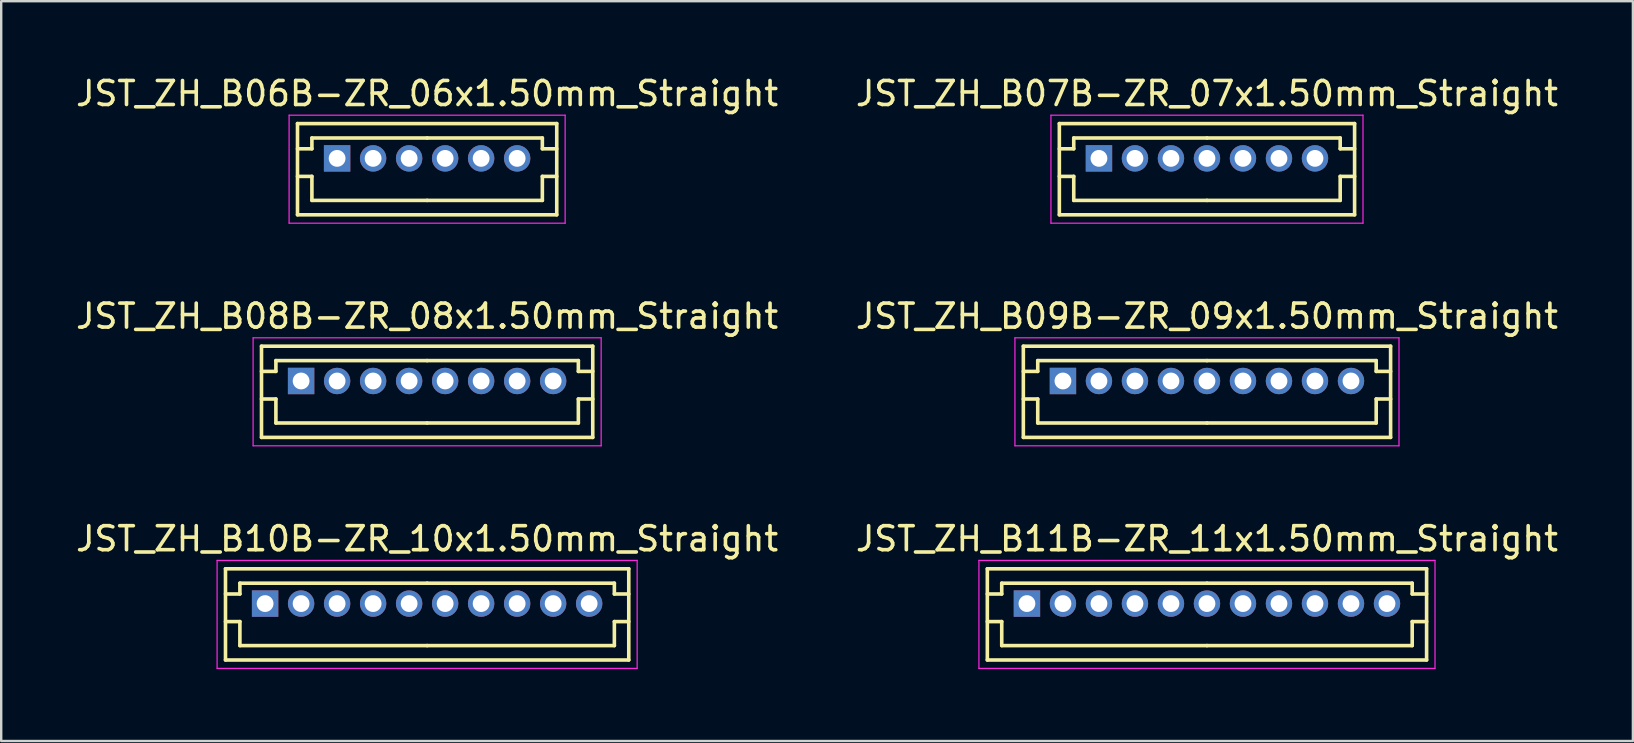
<source format=kicad_pcb>
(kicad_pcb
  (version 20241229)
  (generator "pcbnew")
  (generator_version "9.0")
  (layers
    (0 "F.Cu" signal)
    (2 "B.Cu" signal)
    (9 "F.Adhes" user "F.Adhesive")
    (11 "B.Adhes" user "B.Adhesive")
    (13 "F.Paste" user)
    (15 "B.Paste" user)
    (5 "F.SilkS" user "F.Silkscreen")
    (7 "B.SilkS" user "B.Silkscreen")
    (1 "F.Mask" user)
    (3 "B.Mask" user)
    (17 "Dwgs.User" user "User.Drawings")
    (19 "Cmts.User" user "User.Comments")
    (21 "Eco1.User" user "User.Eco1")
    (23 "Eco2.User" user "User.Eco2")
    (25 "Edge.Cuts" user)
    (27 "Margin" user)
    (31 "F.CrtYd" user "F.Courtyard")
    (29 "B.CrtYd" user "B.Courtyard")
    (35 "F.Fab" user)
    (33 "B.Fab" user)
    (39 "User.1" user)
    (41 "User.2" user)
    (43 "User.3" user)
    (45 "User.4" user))
  (footprint "JST_ZH_B08B-ZR_08x1.50mm_Straight"
    (layer "F.Cu")
    (at 9.494 12.822)
    (property "Reference" "JST_ZH_B08B-ZR_08x1.50mm_Straight" (at 5.25 -2.7 0) (layer "F.SilkS") (effects (font (size 1 1) (thickness 0.15))))
    (attr through_hole)
    (fp_line (start -1.65 -1.45) (end -1.65 2.35) (stroke (width 0.15) (type solid)) (layer "F.SilkS"))
    (fp_line (start -1.65 -0.4) (end -1.05 -0.4) (stroke (width 0.15) (type solid)) (layer "F.SilkS"))
    (fp_line (start -1.65 0.75) (end -1.05 0.75) (stroke (width 0.15) (type solid)) (layer "F.SilkS"))
    (fp_line (start -1.65 2.35) (end 12.15 2.35) (stroke (width 0.15) (type solid)) (layer "F.SilkS"))
    (fp_line (start -1.05 -0.85) (end 5.25 -0.85) (stroke (width 0.15) (type solid)) (layer "F.SilkS"))
    (fp_line (start -1.05 -0.4) (end -1.05 -0.85) (stroke (width 0.15) (type solid)) (layer "F.SilkS"))
    (fp_line (start -1.05 0.75) (end -1.05 1.75) (stroke (width 0.15) (type solid)) (layer "F.SilkS"))
    (fp_line (start -1.05 1.75) (end 5.25 1.75) (stroke (width 0.15) (type solid)) (layer "F.SilkS"))
    (fp_line (start 11.55 -0.85) (end 5.25 -0.85) (stroke (width 0.15) (type solid)) (layer "F.SilkS"))
    (fp_line (start 11.55 -0.4) (end 11.55 -0.85) (stroke (width 0.15) (type solid)) (layer "F.SilkS"))
    (fp_line (start 11.55 0.75) (end 11.55 1.75) (stroke (width 0.15) (type solid)) (layer "F.SilkS"))
    (fp_line (start 11.55 1.75) (end 5.25 1.75) (stroke (width 0.15) (type solid)) (layer "F.SilkS"))
    (fp_line (start 12.15 -1.45) (end -1.65 -1.45) (stroke (width 0.15) (type solid)) (layer "F.SilkS"))
    (fp_line (start 12.15 -0.4) (end 11.55 -0.4) (stroke (width 0.15) (type solid)) (layer "F.SilkS"))
    (fp_line (start 12.15 0.75) (end 11.55 0.75) (stroke (width 0.15) (type solid)) (layer "F.SilkS"))
    (fp_line (start 12.15 2.35) (end 12.15 -1.45) (stroke (width 0.15) (type solid)) (layer "F.SilkS"))
    (fp_line (start -2 -1.8) (end -2 2.7) (stroke (width 0.05) (type solid)) (layer "F.CrtYd"))
    (fp_line (start -2 2.7) (end 12.5 2.7) (stroke (width 0.05) (type solid)) (layer "F.CrtYd"))
    (fp_line (start 12.5 -1.8) (end -2 -1.8) (stroke (width 0.05) (type solid)) (layer "F.CrtYd"))
    (fp_line (start 12.5 2.7) (end 12.5 -1.8) (stroke (width 0.05) (type solid)) (layer "F.CrtYd"))
    (pad "1" thru_hole rect (at 0 0) (size 1.1 1.1) (drill 0.7) (layers "*.Cu" "*.Mask"))
    (pad "2" thru_hole circle (at 1.5 0) (size 1.1 1.1) (drill 0.7) (layers "*.Cu" "*.Mask"))
    (pad "3" thru_hole circle (at 3 0) (size 1.1 1.1) (drill 0.7) (layers "*.Cu" "*.Mask"))
    (pad "4" thru_hole circle (at 4.5 0) (size 1.1 1.1) (drill 0.7) (layers "*.Cu" "*.Mask"))
    (pad "5" thru_hole circle (at 6 0) (size 1.1 1.1) (drill 0.7) (layers "*.Cu" "*.Mask"))
    (pad "6" thru_hole circle (at 7.5 0) (size 1.1 1.1) (drill 0.7) (layers "*.Cu" "*.Mask"))
    (pad "7" thru_hole circle (at 9 0) (size 1.1 1.1) (drill 0.7) (layers "*.Cu" "*.Mask"))
    (pad "8" thru_hole circle (at 10.5 0) (size 1.1 1.1) (drill 0.7) (layers "*.Cu" "*.Mask")))
  (footprint "JST_ZH_B07B-ZR_07x1.50mm_Straight"
    (layer "F.Cu")
    (at 42.732 3.548)
    (property "Reference" "JST_ZH_B07B-ZR_07x1.50mm_Straight" (at 4.5 -2.7 0) (layer "F.SilkS") (effects (font (size 1 1) (thickness 0.15))))
    (attr through_hole)
    (fp_line (start -1.65 -1.45) (end -1.65 2.35) (stroke (width 0.15) (type solid)) (layer "F.SilkS"))
    (fp_line (start -1.65 -0.4) (end -1.05 -0.4) (stroke (width 0.15) (type solid)) (layer "F.SilkS"))
    (fp_line (start -1.65 0.75) (end -1.05 0.75) (stroke (width 0.15) (type solid)) (layer "F.SilkS"))
    (fp_line (start -1.65 2.35) (end 10.65 2.35) (stroke (width 0.15) (type solid)) (layer "F.SilkS"))
    (fp_line (start -1.05 -0.85) (end 4.5 -0.85) (stroke (width 0.15) (type solid)) (layer "F.SilkS"))
    (fp_line (start -1.05 -0.4) (end -1.05 -0.85) (stroke (width 0.15) (type solid)) (layer "F.SilkS"))
    (fp_line (start -1.05 0.75) (end -1.05 1.75) (stroke (width 0.15) (type solid)) (layer "F.SilkS"))
    (fp_line (start -1.05 1.75) (end 4.5 1.75) (stroke (width 0.15) (type solid)) (layer "F.SilkS"))
    (fp_line (start 10.05 -0.85) (end 4.5 -0.85) (stroke (width 0.15) (type solid)) (layer "F.SilkS"))
    (fp_line (start 10.05 -0.4) (end 10.05 -0.85) (stroke (width 0.15) (type solid)) (layer "F.SilkS"))
    (fp_line (start 10.05 0.75) (end 10.05 1.75) (stroke (width 0.15) (type solid)) (layer "F.SilkS"))
    (fp_line (start 10.05 1.75) (end 4.5 1.75) (stroke (width 0.15) (type solid)) (layer "F.SilkS"))
    (fp_line (start 10.65 -1.45) (end -1.65 -1.45) (stroke (width 0.15) (type solid)) (layer "F.SilkS"))
    (fp_line (start 10.65 -0.4) (end 10.05 -0.4) (stroke (width 0.15) (type solid)) (layer "F.SilkS"))
    (fp_line (start 10.65 0.75) (end 10.05 0.75) (stroke (width 0.15) (type solid)) (layer "F.SilkS"))
    (fp_line (start 10.65 2.35) (end 10.65 -1.45) (stroke (width 0.15) (type solid)) (layer "F.SilkS"))
    (fp_line (start -2 -1.8) (end -2 2.7) (stroke (width 0.05) (type solid)) (layer "F.CrtYd"))
    (fp_line (start -2 2.7) (end 11 2.7) (stroke (width 0.05) (type solid)) (layer "F.CrtYd"))
    (fp_line (start 11 -1.8) (end -2 -1.8) (stroke (width 0.05) (type solid)) (layer "F.CrtYd"))
    (fp_line (start 11 2.7) (end 11 -1.8) (stroke (width 0.05) (type solid)) (layer "F.CrtYd"))
    (pad "1" thru_hole rect (at 0 0) (size 1.1 1.1) (drill 0.7) (layers "*.Cu" "*.Mask"))
    (pad "2" thru_hole circle (at 1.5 0) (size 1.1 1.1) (drill 0.7) (layers "*.Cu" "*.Mask"))
    (pad "3" thru_hole circle (at 3 0) (size 1.1 1.1) (drill 0.7) (layers "*.Cu" "*.Mask"))
    (pad "4" thru_hole circle (at 4.5 0) (size 1.1 1.1) (drill 0.7) (layers "*.Cu" "*.Mask"))
    (pad "5" thru_hole circle (at 6 0) (size 1.1 1.1) (drill 0.7) (layers "*.Cu" "*.Mask"))
    (pad "6" thru_hole circle (at 7.5 0) (size 1.1 1.1) (drill 0.7) (layers "*.Cu" "*.Mask"))
    (pad "7" thru_hole circle (at 9 0) (size 1.1 1.1) (drill 0.7) (layers "*.Cu" "*.Mask")))
  (footprint "JST_ZH_B06B-ZR_06x1.50mm_Straight"
    (layer "F.Cu")
    (at 10.994 3.548)
    (property "Reference" "JST_ZH_B06B-ZR_06x1.50mm_Straight" (at 3.75 -2.7 0) (layer "F.SilkS") (effects (font (size 1 1) (thickness 0.15))))
    (attr through_hole)
    (fp_line (start -1.65 -1.45) (end -1.65 2.35) (stroke (width 0.15) (type solid)) (layer "F.SilkS"))
    (fp_line (start -1.65 -0.4) (end -1.05 -0.4) (stroke (width 0.15) (type solid)) (layer "F.SilkS"))
    (fp_line (start -1.65 0.75) (end -1.05 0.75) (stroke (width 0.15) (type solid)) (layer "F.SilkS"))
    (fp_line (start -1.65 2.35) (end 9.15 2.35) (stroke (width 0.15) (type solid)) (layer "F.SilkS"))
    (fp_line (start -1.05 -0.85) (end 3.75 -0.85) (stroke (width 0.15) (type solid)) (layer "F.SilkS"))
    (fp_line (start -1.05 -0.4) (end -1.05 -0.85) (stroke (width 0.15) (type solid)) (layer "F.SilkS"))
    (fp_line (start -1.05 0.75) (end -1.05 1.75) (stroke (width 0.15) (type solid)) (layer "F.SilkS"))
    (fp_line (start -1.05 1.75) (end 3.75 1.75) (stroke (width 0.15) (type solid)) (layer "F.SilkS"))
    (fp_line (start 8.55 -0.85) (end 3.75 -0.85) (stroke (width 0.15) (type solid)) (layer "F.SilkS"))
    (fp_line (start 8.55 -0.4) (end 8.55 -0.85) (stroke (width 0.15) (type solid)) (layer "F.SilkS"))
    (fp_line (start 8.55 0.75) (end 8.55 1.75) (stroke (width 0.15) (type solid)) (layer "F.SilkS"))
    (fp_line (start 8.55 1.75) (end 3.75 1.75) (stroke (width 0.15) (type solid)) (layer "F.SilkS"))
    (fp_line (start 9.15 -1.45) (end -1.65 -1.45) (stroke (width 0.15) (type solid)) (layer "F.SilkS"))
    (fp_line (start 9.15 -0.4) (end 8.55 -0.4) (stroke (width 0.15) (type solid)) (layer "F.SilkS"))
    (fp_line (start 9.15 0.75) (end 8.55 0.75) (stroke (width 0.15) (type solid)) (layer "F.SilkS"))
    (fp_line (start 9.15 2.35) (end 9.15 -1.45) (stroke (width 0.15) (type solid)) (layer "F.SilkS"))
    (fp_line (start -2 -1.8) (end -2 2.7) (stroke (width 0.05) (type solid)) (layer "F.CrtYd"))
    (fp_line (start -2 2.7) (end 9.5 2.7) (stroke (width 0.05) (type solid)) (layer "F.CrtYd"))
    (fp_line (start 9.5 -1.8) (end -2 -1.8) (stroke (width 0.05) (type solid)) (layer "F.CrtYd"))
    (fp_line (start 9.5 2.7) (end 9.5 -1.8) (stroke (width 0.05) (type solid)) (layer "F.CrtYd"))
    (pad "1" thru_hole rect (at 0 0) (size 1.1 1.1) (drill 0.7) (layers "*.Cu" "*.Mask"))
    (pad "2" thru_hole circle (at 1.5 0) (size 1.1 1.1) (drill 0.7) (layers "*.Cu" "*.Mask"))
    (pad "3" thru_hole circle (at 3 0) (size 1.1 1.1) (drill 0.7) (layers "*.Cu" "*.Mask"))
    (pad "4" thru_hole circle (at 4.5 0) (size 1.1 1.1) (drill 0.7) (layers "*.Cu" "*.Mask"))
    (pad "5" thru_hole circle (at 6 0) (size 1.1 1.1) (drill 0.7) (layers "*.Cu" "*.Mask"))
    (pad "6" thru_hole circle (at 7.5 0) (size 1.1 1.1) (drill 0.7) (layers "*.Cu" "*.Mask")))
  (footprint "JST_ZH_B09B-ZR_09x1.50mm_Straight"
    (layer "F.Cu")
    (at 41.232 12.822)
    (property "Reference" "JST_ZH_B09B-ZR_09x1.50mm_Straight" (at 6 -2.7 0) (layer "F.SilkS") (effects (font (size 1 1) (thickness 0.15))))
    (attr through_hole)
    (fp_line (start -1.65 -1.45) (end -1.65 2.35) (stroke (width 0.15) (type solid)) (layer "F.SilkS"))
    (fp_line (start -1.65 -0.4) (end -1.05 -0.4) (stroke (width 0.15) (type solid)) (layer "F.SilkS"))
    (fp_line (start -1.65 0.75) (end -1.05 0.75) (stroke (width 0.15) (type solid)) (layer "F.SilkS"))
    (fp_line (start -1.65 2.35) (end 13.65 2.35) (stroke (width 0.15) (type solid)) (layer "F.SilkS"))
    (fp_line (start -1.05 -0.85) (end 6 -0.85) (stroke (width 0.15) (type solid)) (layer "F.SilkS"))
    (fp_line (start -1.05 -0.4) (end -1.05 -0.85) (stroke (width 0.15) (type solid)) (layer "F.SilkS"))
    (fp_line (start -1.05 0.75) (end -1.05 1.75) (stroke (width 0.15) (type solid)) (layer "F.SilkS"))
    (fp_line (start -1.05 1.75) (end 6 1.75) (stroke (width 0.15) (type solid)) (layer "F.SilkS"))
    (fp_line (start 13.05 -0.85) (end 6 -0.85) (stroke (width 0.15) (type solid)) (layer "F.SilkS"))
    (fp_line (start 13.05 -0.4) (end 13.05 -0.85) (stroke (width 0.15) (type solid)) (layer "F.SilkS"))
    (fp_line (start 13.05 0.75) (end 13.05 1.75) (stroke (width 0.15) (type solid)) (layer "F.SilkS"))
    (fp_line (start 13.05 1.75) (end 6 1.75) (stroke (width 0.15) (type solid)) (layer "F.SilkS"))
    (fp_line (start 13.65 -1.45) (end -1.65 -1.45) (stroke (width 0.15) (type solid)) (layer "F.SilkS"))
    (fp_line (start 13.65 -0.4) (end 13.05 -0.4) (stroke (width 0.15) (type solid)) (layer "F.SilkS"))
    (fp_line (start 13.65 0.75) (end 13.05 0.75) (stroke (width 0.15) (type solid)) (layer "F.SilkS"))
    (fp_line (start 13.65 2.35) (end 13.65 -1.45) (stroke (width 0.15) (type solid)) (layer "F.SilkS"))
    (fp_line (start -2 -1.8) (end -2 2.7) (stroke (width 0.05) (type solid)) (layer "F.CrtYd"))
    (fp_line (start -2 2.7) (end 14 2.7) (stroke (width 0.05) (type solid)) (layer "F.CrtYd"))
    (fp_line (start 14 -1.8) (end -2 -1.8) (stroke (width 0.05) (type solid)) (layer "F.CrtYd"))
    (fp_line (start 14 2.7) (end 14 -1.8) (stroke (width 0.05) (type solid)) (layer "F.CrtYd"))
    (pad "1" thru_hole rect (at 0 0) (size 1.1 1.1) (drill 0.7) (layers "*.Cu" "*.Mask"))
    (pad "2" thru_hole circle (at 1.5 0) (size 1.1 1.1) (drill 0.7) (layers "*.Cu" "*.Mask"))
    (pad "3" thru_hole circle (at 3 0) (size 1.1 1.1) (drill 0.7) (layers "*.Cu" "*.Mask"))
    (pad "4" thru_hole circle (at 4.5 0) (size 1.1 1.1) (drill 0.7) (layers "*.Cu" "*.Mask"))
    (pad "5" thru_hole circle (at 6 0) (size 1.1 1.1) (drill 0.7) (layers "*.Cu" "*.Mask"))
    (pad "6" thru_hole circle (at 7.5 0) (size 1.1 1.1) (drill 0.7) (layers "*.Cu" "*.Mask"))
    (pad "7" thru_hole circle (at 9 0) (size 1.1 1.1) (drill 0.7) (layers "*.Cu" "*.Mask"))
    (pad "8" thru_hole circle (at 10.5 0) (size 1.1 1.1) (drill 0.7) (layers "*.Cu" "*.Mask"))
    (pad "9" thru_hole circle (at 12 0) (size 1.1 1.1) (drill 0.7) (layers "*.Cu" "*.Mask")))
  (footprint "JST_ZH_B11B-ZR_11x1.50mm_Straight"
    (layer "F.Cu")
    (at 39.732 22.095)
    (property "Reference" "JST_ZH_B11B-ZR_11x1.50mm_Straight" (at 7.5 -2.7 0) (layer "F.SilkS") (effects (font (size 1 1) (thickness 0.15))))
    (attr through_hole)
    (fp_line (start -1.65 -1.45) (end -1.65 2.35) (stroke (width 0.15) (type solid)) (layer "F.SilkS"))
    (fp_line (start -1.65 -0.4) (end -1.05 -0.4) (stroke (width 0.15) (type solid)) (layer "F.SilkS"))
    (fp_line (start -1.65 0.75) (end -1.05 0.75) (stroke (width 0.15) (type solid)) (layer "F.SilkS"))
    (fp_line (start -1.65 2.35) (end 16.65 2.35) (stroke (width 0.15) (type solid)) (layer "F.SilkS"))
    (fp_line (start -1.05 -0.85) (end 7.5 -0.85) (stroke (width 0.15) (type solid)) (layer "F.SilkS"))
    (fp_line (start -1.05 -0.4) (end -1.05 -0.85) (stroke (width 0.15) (type solid)) (layer "F.SilkS"))
    (fp_line (start -1.05 0.75) (end -1.05 1.75) (stroke (width 0.15) (type solid)) (layer "F.SilkS"))
    (fp_line (start -1.05 1.75) (end 7.5 1.75) (stroke (width 0.15) (type solid)) (layer "F.SilkS"))
    (fp_line (start 16.05 -0.85) (end 7.5 -0.85) (stroke (width 0.15) (type solid)) (layer "F.SilkS"))
    (fp_line (start 16.05 -0.4) (end 16.05 -0.85) (stroke (width 0.15) (type solid)) (layer "F.SilkS"))
    (fp_line (start 16.05 0.75) (end 16.05 1.75) (stroke (width 0.15) (type solid)) (layer "F.SilkS"))
    (fp_line (start 16.05 1.75) (end 7.5 1.75) (stroke (width 0.15) (type solid)) (layer "F.SilkS"))
    (fp_line (start 16.65 -1.45) (end -1.65 -1.45) (stroke (width 0.15) (type solid)) (layer "F.SilkS"))
    (fp_line (start 16.65 -0.4) (end 16.05 -0.4) (stroke (width 0.15) (type solid)) (layer "F.SilkS"))
    (fp_line (start 16.65 0.75) (end 16.05 0.75) (stroke (width 0.15) (type solid)) (layer "F.SilkS"))
    (fp_line (start 16.65 2.35) (end 16.65 -1.45) (stroke (width 0.15) (type solid)) (layer "F.SilkS"))
    (fp_line (start -2 -1.8) (end -2 2.7) (stroke (width 0.05) (type solid)) (layer "F.CrtYd"))
    (fp_line (start -2 2.7) (end 17 2.7) (stroke (width 0.05) (type solid)) (layer "F.CrtYd"))
    (fp_line (start 17 -1.8) (end -2 -1.8) (stroke (width 0.05) (type solid)) (layer "F.CrtYd"))
    (fp_line (start 17 2.7) (end 17 -1.8) (stroke (width 0.05) (type solid)) (layer "F.CrtYd"))
    (pad "1" thru_hole rect (at 0 0) (size 1.1 1.1) (drill 0.7) (layers "*.Cu" "*.Mask"))
    (pad "2" thru_hole circle (at 1.5 0) (size 1.1 1.1) (drill 0.7) (layers "*.Cu" "*.Mask"))
    (pad "3" thru_hole circle (at 3 0) (size 1.1 1.1) (drill 0.7) (layers "*.Cu" "*.Mask"))
    (pad "4" thru_hole circle (at 4.5 0) (size 1.1 1.1) (drill 0.7) (layers "*.Cu" "*.Mask"))
    (pad "5" thru_hole circle (at 6 0) (size 1.1 1.1) (drill 0.7) (layers "*.Cu" "*.Mask"))
    (pad "6" thru_hole circle (at 7.5 0) (size 1.1 1.1) (drill 0.7) (layers "*.Cu" "*.Mask"))
    (pad "7" thru_hole circle (at 9 0) (size 1.1 1.1) (drill 0.7) (layers "*.Cu" "*.Mask"))
    (pad "8" thru_hole circle (at 10.5 0) (size 1.1 1.1) (drill 0.7) (layers "*.Cu" "*.Mask"))
    (pad "9" thru_hole circle (at 12 0) (size 1.1 1.1) (drill 0.7) (layers "*.Cu" "*.Mask"))
    (pad "10" thru_hole circle (at 13.5 0) (size 1.1 1.1) (drill 0.7) (layers "*.Cu" "*.Mask"))
    (pad "11" thru_hole circle (at 15 0) (size 1.1 1.1) (drill 0.7) (layers "*.Cu" "*.Mask")))
  (footprint "JST_ZH_B10B-ZR_10x1.50mm_Straight"
    (layer "F.Cu")
    (at 7.994 22.095)
    (property "Reference" "JST_ZH_B10B-ZR_10x1.50mm_Straight" (at 6.75 -2.7 0) (layer "F.SilkS") (effects (font (size 1 1) (thickness 0.15))))
    (attr through_hole)
    (fp_line (start -1.65 -1.45) (end -1.65 2.35) (stroke (width 0.15) (type solid)) (layer "F.SilkS"))
    (fp_line (start -1.65 -0.4) (end -1.05 -0.4) (stroke (width 0.15) (type solid)) (layer "F.SilkS"))
    (fp_line (start -1.65 0.75) (end -1.05 0.75) (stroke (width 0.15) (type solid)) (layer "F.SilkS"))
    (fp_line (start -1.65 2.35) (end 15.15 2.35) (stroke (width 0.15) (type solid)) (layer "F.SilkS"))
    (fp_line (start -1.05 -0.85) (end 6.75 -0.85) (stroke (width 0.15) (type solid)) (layer "F.SilkS"))
    (fp_line (start -1.05 -0.4) (end -1.05 -0.85) (stroke (width 0.15) (type solid)) (layer "F.SilkS"))
    (fp_line (start -1.05 0.75) (end -1.05 1.75) (stroke (width 0.15) (type solid)) (layer "F.SilkS"))
    (fp_line (start -1.05 1.75) (end 6.75 1.75) (stroke (width 0.15) (type solid)) (layer "F.SilkS"))
    (fp_line (start 14.55 -0.85) (end 6.75 -0.85) (stroke (width 0.15) (type solid)) (layer "F.SilkS"))
    (fp_line (start 14.55 -0.4) (end 14.55 -0.85) (stroke (width 0.15) (type solid)) (layer "F.SilkS"))
    (fp_line (start 14.55 0.75) (end 14.55 1.75) (stroke (width 0.15) (type solid)) (layer "F.SilkS"))
    (fp_line (start 14.55 1.75) (end 6.75 1.75) (stroke (width 0.15) (type solid)) (layer "F.SilkS"))
    (fp_line (start 15.15 -1.45) (end -1.65 -1.45) (stroke (width 0.15) (type solid)) (layer "F.SilkS"))
    (fp_line (start 15.15 -0.4) (end 14.55 -0.4) (stroke (width 0.15) (type solid)) (layer "F.SilkS"))
    (fp_line (start 15.15 0.75) (end 14.55 0.75) (stroke (width 0.15) (type solid)) (layer "F.SilkS"))
    (fp_line (start 15.15 2.35) (end 15.15 -1.45) (stroke (width 0.15) (type solid)) (layer "F.SilkS"))
    (fp_line (start -2 -1.8) (end -2 2.7) (stroke (width 0.05) (type solid)) (layer "F.CrtYd"))
    (fp_line (start -2 2.7) (end 15.5 2.7) (stroke (width 0.05) (type solid)) (layer "F.CrtYd"))
    (fp_line (start 15.5 -1.8) (end -2 -1.8) (stroke (width 0.05) (type solid)) (layer "F.CrtYd"))
    (fp_line (start 15.5 2.7) (end 15.5 -1.8) (stroke (width 0.05) (type solid)) (layer "F.CrtYd"))
    (pad "1" thru_hole rect (at 0 0) (size 1.1 1.1) (drill 0.7) (layers "*.Cu" "*.Mask"))
    (pad "2" thru_hole circle (at 1.5 0) (size 1.1 1.1) (drill 0.7) (layers "*.Cu" "*.Mask"))
    (pad "3" thru_hole circle (at 3 0) (size 1.1 1.1) (drill 0.7) (layers "*.Cu" "*.Mask"))
    (pad "4" thru_hole circle (at 4.5 0) (size 1.1 1.1) (drill 0.7) (layers "*.Cu" "*.Mask"))
    (pad "5" thru_hole circle (at 6 0) (size 1.1 1.1) (drill 0.7) (layers "*.Cu" "*.Mask"))
    (pad "6" thru_hole circle (at 7.5 0) (size 1.1 1.1) (drill 0.7) (layers "*.Cu" "*.Mask"))
    (pad "7" thru_hole circle (at 9 0) (size 1.1 1.1) (drill 0.7) (layers "*.Cu" "*.Mask"))
    (pad "8" thru_hole circle (at 10.5 0) (size 1.1 1.1) (drill 0.7) (layers "*.Cu" "*.Mask"))
    (pad "9" thru_hole circle (at 12 0) (size 1.1 1.1) (drill 0.7) (layers "*.Cu" "*.Mask"))
    (pad "10" thru_hole circle (at 13.5 0) (size 1.1 1.1) (drill 0.7) (layers "*.Cu" "*.Mask")))
  (gr_rect
    (start -3 -3)
    (end 64.976 27.82)
    (stroke (width 0.1) (type default))
    (fill no)
    (layer "Edge.Cuts")))
</source>
